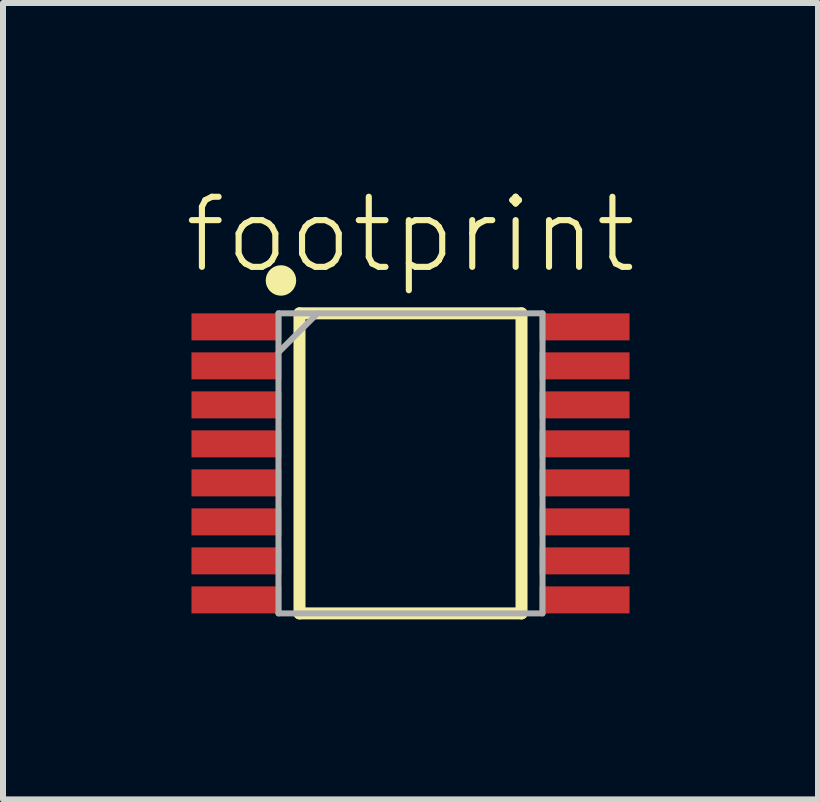
<source format=kicad_pcb>
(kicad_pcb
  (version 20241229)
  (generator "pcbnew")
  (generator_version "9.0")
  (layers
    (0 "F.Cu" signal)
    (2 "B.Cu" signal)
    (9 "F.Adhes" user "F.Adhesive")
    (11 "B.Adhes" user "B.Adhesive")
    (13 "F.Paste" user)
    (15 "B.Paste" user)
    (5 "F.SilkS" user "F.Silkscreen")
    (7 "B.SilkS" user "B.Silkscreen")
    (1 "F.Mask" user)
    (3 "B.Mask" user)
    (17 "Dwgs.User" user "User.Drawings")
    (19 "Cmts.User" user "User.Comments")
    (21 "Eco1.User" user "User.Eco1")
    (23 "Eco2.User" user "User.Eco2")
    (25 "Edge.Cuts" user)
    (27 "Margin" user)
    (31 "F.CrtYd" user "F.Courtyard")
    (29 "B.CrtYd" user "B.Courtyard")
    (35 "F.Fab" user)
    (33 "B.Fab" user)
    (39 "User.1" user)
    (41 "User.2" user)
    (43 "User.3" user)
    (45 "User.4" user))
  (footprint "footprint"
    (layer "F.Cu")
    (at 3.791 4.672)
    (property "Reference" "footprint" (at 0 -3.81 0) (layer "F.SilkS") (effects (font (size 1.168 1.168) (thickness 0.102))))
    (fp_line (start -1.85 -2.5) (end 1.85 -2.5) (stroke (width 0.2) (type solid)) (layer "F.SilkS"))
    (fp_line (start -1.85 2.5) (end -1.85 -2.5) (stroke (width 0.2) (type solid)) (layer "F.SilkS"))
    (fp_line (start 1.85 -2.5) (end 1.85 2.5) (stroke (width 0.2) (type solid)) (layer "F.SilkS"))
    (fp_line (start 1.85 2.5) (end -1.85 2.5) (stroke (width 0.2) (type solid)) (layer "F.SilkS"))
    (fp_circle (center -2.159 -3.048) (end -2.032 -3.048) (stroke (width 0.254) (type solid)) (fill no) (layer "F.SilkS"))
    (fp_poly (pts (xy -3.575 -2.075) (xy -2.275 -2.075) (xy -2.275 -2.475) (xy -3.575 -2.475)) (stroke (width 0) (type solid)) (fill yes) (layer "F.Paste"))
    (fp_poly (pts (xy -3.575 -1.425) (xy -2.275 -1.425) (xy -2.275 -1.825) (xy -3.575 -1.825)) (stroke (width 0) (type solid)) (fill yes) (layer "F.Paste"))
    (fp_poly (pts (xy -3.575 -0.775) (xy -2.275 -0.775) (xy -2.275 -1.175) (xy -3.575 -1.175)) (stroke (width 0) (type solid)) (fill yes) (layer "F.Paste"))
    (fp_poly (pts (xy -3.55 -0.125) (xy -2.275 -0.125) (xy -2.275 -0.525) (xy -3.55 -0.525)) (stroke (width 0) (type solid)) (fill yes) (layer "F.Paste"))
    (fp_poly (pts (xy -3.55 0.525) (xy -2.275 0.525) (xy -2.275 0.125) (xy -3.55 0.125)) (stroke (width 0) (type solid)) (fill yes) (layer "F.Paste"))
    (fp_poly (pts (xy -3.55 1.175) (xy -2.275 1.175) (xy -2.275 0.775) (xy -3.55 0.775)) (stroke (width 0) (type solid)) (fill yes) (layer "F.Paste"))
    (fp_poly (pts (xy -3.55 1.825) (xy -2.275 1.825) (xy -2.275 1.425) (xy -3.55 1.425)) (stroke (width 0) (type solid)) (fill yes) (layer "F.Paste"))
    (fp_poly (pts (xy -3.55 2.475) (xy -2.275 2.475) (xy -2.275 2.075) (xy -3.55 2.075)) (stroke (width 0) (type solid)) (fill yes) (layer "F.Paste"))
    (fp_poly (pts (xy 2.275 -2.075) (xy 3.575 -2.075) (xy 3.575 -2.475) (xy 2.275 -2.475)) (stroke (width 0) (type solid)) (fill yes) (layer "F.Paste"))
    (fp_poly (pts (xy 2.275 -1.425) (xy 3.575 -1.425) (xy 3.575 -1.825) (xy 2.275 -1.825)) (stroke (width 0) (type solid)) (fill yes) (layer "F.Paste"))
    (fp_poly (pts (xy 2.275 -0.775) (xy 3.575 -0.775) (xy 3.575 -1.175) (xy 2.275 -1.175)) (stroke (width 0) (type solid)) (fill yes) (layer "F.Paste"))
    (fp_poly (pts (xy 2.275 -0.125) (xy 3.575 -0.125) (xy 3.575 -0.525) (xy 2.275 -0.525)) (stroke (width 0) (type solid)) (fill yes) (layer "F.Paste"))
    (fp_poly (pts (xy 2.275 0.525) (xy 3.575 0.525) (xy 3.575 0.125) (xy 2.275 0.125)) (stroke (width 0) (type solid)) (fill yes) (layer "F.Paste"))
    (fp_poly (pts (xy 2.275 1.175) (xy 3.575 1.175) (xy 3.575 0.775) (xy 2.275 0.775)) (stroke (width 0) (type solid)) (fill yes) (layer "F.Paste"))
    (fp_poly (pts (xy 2.275 1.825) (xy 3.575 1.825) (xy 3.575 1.425) (xy 2.275 1.425)) (stroke (width 0) (type solid)) (fill yes) (layer "F.Paste"))
    (fp_poly (pts (xy 2.275 2.475) (xy 3.575 2.475) (xy 3.575 2.075) (xy 2.275 2.075)) (stroke (width 0) (type solid)) (fill yes) (layer "F.Paste"))
    (fp_line (start -2.2 -2.5) (end 2.2 -2.5) (stroke (width 0.1) (type solid)) (layer "F.Fab"))
    (fp_line (start -2.2 -1.85) (end -1.55 -2.5) (stroke (width 0.1) (type solid)) (layer "F.Fab"))
    (fp_line (start -2.2 2.5) (end -2.2 -2.5) (stroke (width 0.1) (type solid)) (layer "F.Fab"))
    (fp_line (start 2.2 -2.5) (end 2.2 2.5) (stroke (width 0.1) (type solid)) (layer "F.Fab"))
    (fp_line (start 2.2 2.5) (end -2.2 2.5) (stroke (width 0.1) (type solid)) (layer "F.Fab"))
    (pad "1" smd rect (at -2.9 -2.275) (size 1.5 0.45) (layers "F.Cu" "F.Mask"))
    (pad "2" smd rect (at -2.9 -1.625) (size 1.5 0.45) (layers "F.Cu" "F.Mask"))
    (pad "3" smd rect (at -2.9 -0.975) (size 1.5 0.45) (layers "F.Cu" "F.Mask"))
    (pad "4" smd rect (at -2.9 -0.325) (size 1.5 0.45) (layers "F.Cu" "F.Mask"))
    (pad "5" smd rect (at -2.9 0.325) (size 1.5 0.45) (layers "F.Cu" "F.Mask"))
    (pad "6" smd rect (at -2.9 0.975) (size 1.5 0.45) (layers "F.Cu" "F.Mask"))
    (pad "7" smd rect (at -2.9 1.625) (size 1.5 0.45) (layers "F.Cu" "F.Mask"))
    (pad "8" smd rect (at -2.9 2.275) (size 1.5 0.45) (layers "F.Cu" "F.Mask"))
    (pad "9" smd rect (at 2.9 2.275) (size 1.5 0.45) (layers "F.Cu" "F.Mask"))
    (pad "10" smd rect (at 2.9 1.625) (size 1.5 0.45) (layers "F.Cu" "F.Mask"))
    (pad "11" smd rect (at 2.9 0.975) (size 1.5 0.45) (layers "F.Cu" "F.Mask"))
    (pad "12" smd rect (at 2.9 0.325) (size 1.5 0.45) (layers "F.Cu" "F.Mask"))
    (pad "13" smd rect (at 2.9 -0.325) (size 1.5 0.45) (layers "F.Cu" "F.Mask"))
    (pad "14" smd rect (at 2.9 -0.975) (size 1.5 0.45) (layers "F.Cu" "F.Mask"))
    (pad "15" smd rect (at 2.9 -1.625) (size 1.5 0.45) (layers "F.Cu" "F.Mask"))
    (pad "16" smd rect (at 2.9 -2.275) (size 1.5 0.45) (layers "F.Cu" "F.Mask")))
  (gr_rect
    (start -3 -3)
    (end 10.582 10.272)
    (stroke (width 0.1) (type default))
    (fill no)
    (layer "Edge.Cuts")))
</source>
